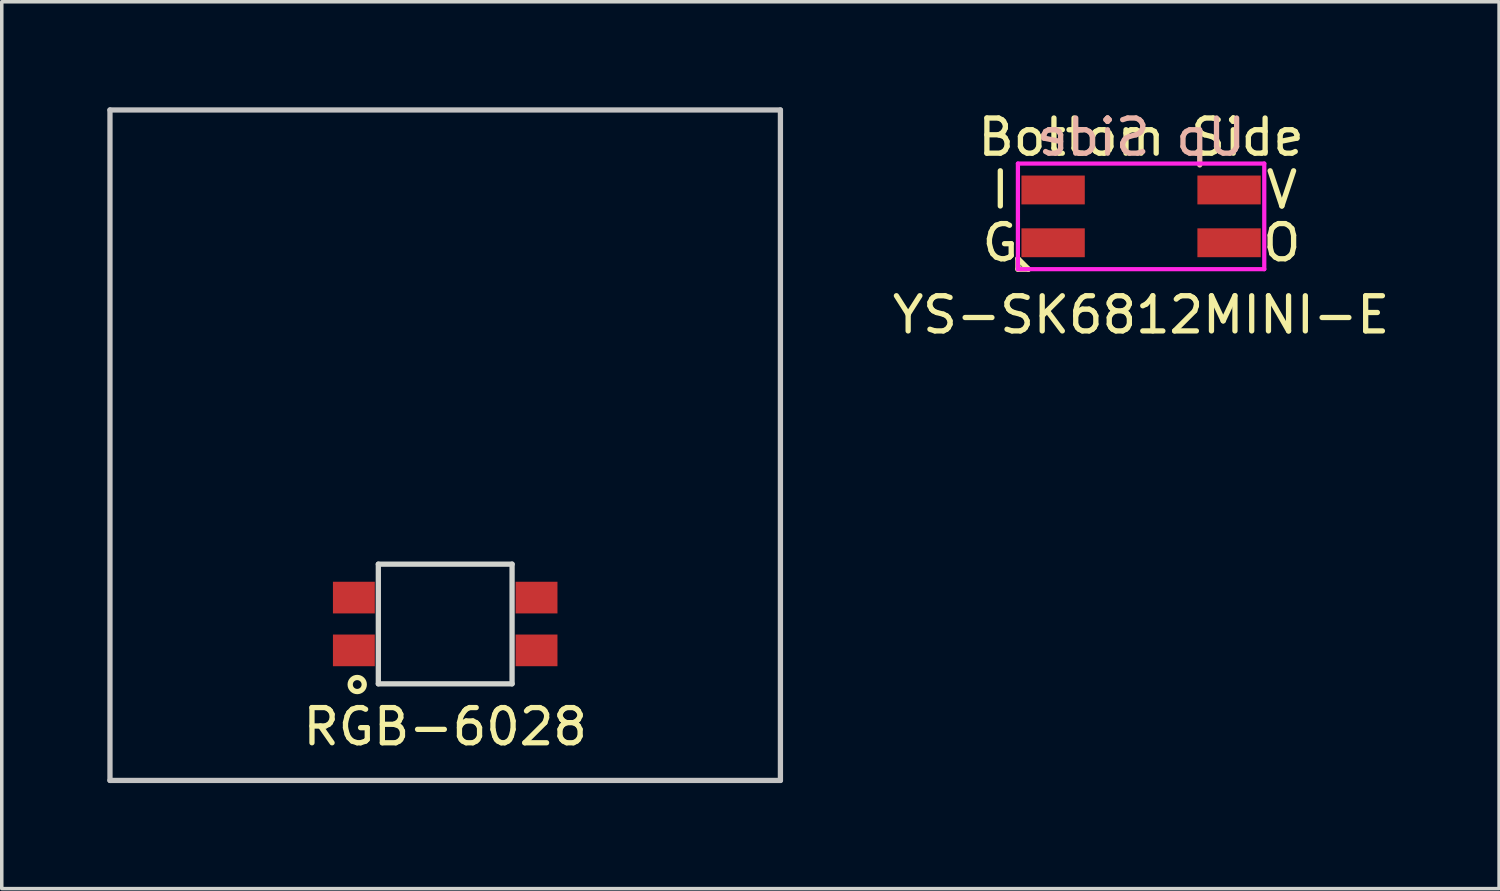
<source format=kicad_pcb>
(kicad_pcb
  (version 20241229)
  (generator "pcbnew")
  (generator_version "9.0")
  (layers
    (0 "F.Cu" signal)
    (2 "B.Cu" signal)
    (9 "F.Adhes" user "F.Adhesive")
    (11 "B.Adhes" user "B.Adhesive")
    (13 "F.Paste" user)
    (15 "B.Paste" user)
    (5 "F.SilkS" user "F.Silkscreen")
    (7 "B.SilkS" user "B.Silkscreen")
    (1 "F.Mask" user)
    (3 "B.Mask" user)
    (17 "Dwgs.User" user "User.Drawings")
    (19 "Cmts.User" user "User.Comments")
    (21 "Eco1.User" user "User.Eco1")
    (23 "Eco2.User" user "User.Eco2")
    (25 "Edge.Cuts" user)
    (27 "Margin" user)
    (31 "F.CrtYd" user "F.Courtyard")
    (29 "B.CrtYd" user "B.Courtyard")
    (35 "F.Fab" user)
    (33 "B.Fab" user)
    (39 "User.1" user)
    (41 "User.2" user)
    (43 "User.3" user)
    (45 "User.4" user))
  (footprint "RGB-6028"
    (layer "F.Cu")
    (at 9.6 9.6)
    (property "Reference" "RGB-6028" (at 0 8 0) (layer "F.SilkS") (effects (font (size 1 1) (thickness 0.15))))
    (attr smd)
    (fp_circle (center -2.5 6.8) (end -2.5 6.6) (stroke (width 0.15) (type solid)) (fill no) (layer "F.SilkS"))
    (fp_line (start -9.525 -9.525) (end 9.525 -9.525) (stroke (width 0.15) (type solid)) (layer "Dwgs.User"))
    (fp_line (start -9.525 9.525) (end -9.525 -9.525) (stroke (width 0.15) (type solid)) (layer "Dwgs.User"))
    (fp_line (start 9.525 -9.525) (end 9.525 9.525) (stroke (width 0.15) (type solid)) (layer "Dwgs.User"))
    (fp_line (start 9.525 9.525) (end -9.525 9.525) (stroke (width 0.15) (type solid)) (layer "Dwgs.User"))
    (fp_line (start -1.9 3.38) (end -1.9 6.78) (stroke (width 0.15) (type solid)) (layer "Edge.Cuts"))
    (fp_line (start 1.9 3.38) (end -1.9 3.38) (stroke (width 0.15) (type solid)) (layer "Edge.Cuts"))
    (fp_line (start 1.9 3.38) (end 1.9 6.78) (stroke (width 0.15) (type solid)) (layer "Edge.Cuts"))
    (fp_line (start 1.9 6.78) (end -1.9 6.78) (stroke (width 0.15) (type solid)) (layer "Edge.Cuts"))
    (pad "1" smd rect (at -2.595 4.33) (size 1.19 0.9) (layers "F.Cu" "F.Mask" "F.Paste"))
    (pad "2" smd rect (at 2.595 5.83) (size 1.19 0.9) (layers "F.Cu" "F.Mask" "F.Paste"))
    (pad "3" smd rect (at 2.595 4.33) (size 1.19 0.9) (layers "F.Cu" "F.Mask" "F.Paste"))
    (pad "4" smd rect (at -2.595 5.83) (size 1.19 0.9) (layers "F.Cu" "F.Mask" "F.Paste")))
  (footprint "YS-SK6812MINI-E"
    (layer "F.Cu")
    (at 29.373 3.098)
    (property "Reference" "YS-SK6812MINI-E" (at 0 2.8 0) (layer "F.SilkS") (effects (font (size 1 1) (thickness 0.15))))
    (attr through_hole)
    (fp_line (start -3.5 1.2) (end -3.2 1.5) (stroke (width 0.15) (type solid)) (layer "F.SilkS"))
    (fp_line (start -3.5 1.5) (end -3.5 1.2) (stroke (width 0.15) (type solid)) (layer "F.SilkS"))
    (fp_line (start -3.2 1.5) (end -3.5 1.5) (stroke (width 0.15) (type solid)) (layer "F.SilkS"))
    (fp_line (start -1.7 -1.5) (end -1.7 1.5) (stroke (width 0.12) (type solid)) (layer "Eco1.User"))
    (fp_line (start -1.7 1.5) (end 1.7 1.5) (stroke (width 0.12) (type solid)) (layer "Eco1.User"))
    (fp_line (start 1.7 -1.5) (end -1.7 -1.5) (stroke (width 0.12) (type solid)) (layer "Eco1.User"))
    (fp_line (start 1.7 1.5) (end 1.7 -1.5) (stroke (width 0.12) (type solid)) (layer "Eco1.User"))
    (fp_line (start -3.5 -1.5) (end -3.5 1.5) (stroke (width 0.12) (type solid)) (layer "F.CrtYd"))
    (fp_line (start -3.5 1.5) (end 3.5 1.5) (stroke (width 0.12) (type solid)) (layer "F.CrtYd"))
    (fp_line (start 3.5 -1.5) (end -3.5 -1.5) (stroke (width 0.12) (type solid)) (layer "F.CrtYd"))
    (fp_line (start 3.5 1.5) (end 3.5 -1.5) (stroke (width 0.12) (type solid)) (layer "F.CrtYd"))
    (fp_text user "I" (at -4 -0.75 0) (layer "F.SilkS") (effects (font (size 1 1) (thickness 0.15))))
    (fp_text user "O" (at 4 0.75 0) (layer "F.SilkS") (effects (font (size 1 1) (thickness 0.15))))
    (fp_text user "V" (at 4 -0.75 0) (layer "F.SilkS") (effects (font (size 1 1) (thickness 0.15))))
    (fp_text user "Bottom Side" (at 0 -2.25 0) (layer "F.SilkS") (effects (font (size 1 1) (thickness 0.15))))
    (fp_text user "G" (at -4 0.75 0) (layer "F.SilkS") (effects (font (size 1 1) (thickness 0.15))))
    (fp_text user "Up Side" (at 0 -2.25 0) (layer "B.SilkS") (effects (font (size 1 1) (thickness 0.15)) (justify mirror)))
    (pad "1" smd rect (at 2.5 -0.75) (size 1.8 0.82) (layers "F.Cu" "F.Mask" "F.Paste"))
    (pad "2" smd rect (at 2.5 0.75) (size 1.8 0.82) (layers "F.Cu" "F.Mask" "F.Paste"))
    (pad "3" smd rect (at -2.5 0.75) (size 1.8 0.82) (layers "F.Cu" "F.Mask" "F.Paste"))
    (pad "4" smd rect (at -2.5 -0.75) (size 1.8 0.82) (layers "F.Cu" "F.Mask" "F.Paste")))
  (gr_rect
    (start -3 -3)
    (end 39.545 22.2)
    (stroke (width 0.1) (type default))
    (fill no)
    (layer "Edge.Cuts")))
</source>
